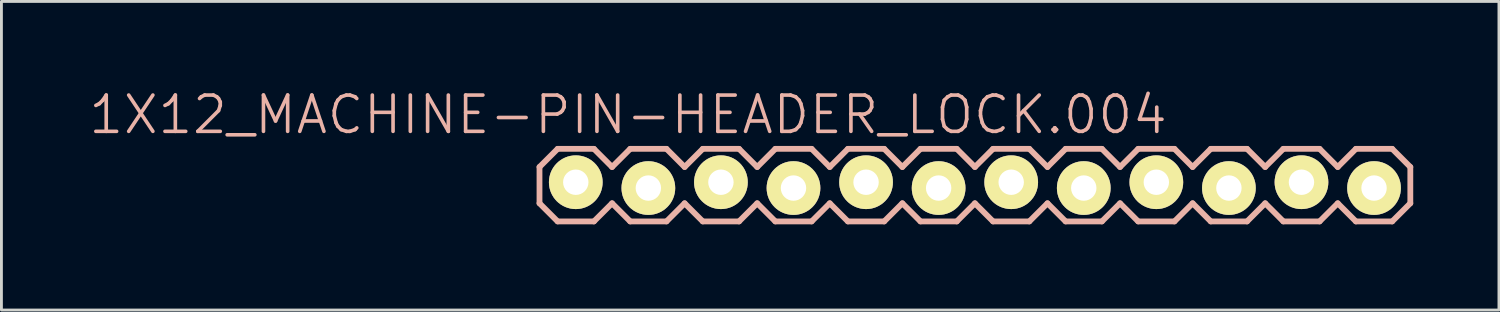
<source format=kicad_pcb>
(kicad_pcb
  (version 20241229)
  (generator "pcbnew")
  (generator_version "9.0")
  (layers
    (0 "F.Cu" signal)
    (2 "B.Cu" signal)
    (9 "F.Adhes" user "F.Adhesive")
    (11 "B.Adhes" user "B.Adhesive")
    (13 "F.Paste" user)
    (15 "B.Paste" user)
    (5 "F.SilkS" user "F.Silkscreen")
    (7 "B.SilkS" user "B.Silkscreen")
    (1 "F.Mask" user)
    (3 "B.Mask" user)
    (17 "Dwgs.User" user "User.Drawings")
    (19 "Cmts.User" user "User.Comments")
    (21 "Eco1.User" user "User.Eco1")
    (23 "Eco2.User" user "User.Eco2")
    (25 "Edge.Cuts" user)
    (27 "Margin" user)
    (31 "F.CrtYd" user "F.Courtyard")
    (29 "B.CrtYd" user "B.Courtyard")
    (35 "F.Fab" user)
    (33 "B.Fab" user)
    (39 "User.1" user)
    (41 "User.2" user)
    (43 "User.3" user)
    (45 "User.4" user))
  (footprint "1X12_MACHINE-PIN-HEADER_LOCK.004"
    (layer "F.Cu")
    (at 17.103 3.43)
    (property "Reference" "1X12_MACHINE-PIN-HEADER_LOCK.004" (at 1.829 -2.464 0) (layer "B.SilkS") (effects (font (size 1.27 1.27) (thickness 0.127))))
    (attr exclude_from_pos_files exclude_from_bom)
    (fp_circle (center 0 0) (end -0.165 0.165) (stroke (width 0.013) (type solid)) (fill no) (layer "F.SilkS"))
    (fp_circle (center 2.54 0) (end 2.705 0.165) (stroke (width 0.013) (type solid)) (fill no) (layer "F.SilkS"))
    (fp_circle (center 5.08 0) (end 5.245 0.165) (stroke (width 0.013) (type solid)) (fill no) (layer "F.SilkS"))
    (fp_circle (center 7.62 0) (end 7.785 0.165) (stroke (width 0.013) (type solid)) (fill no) (layer "F.SilkS"))
    (fp_circle (center 10.16 0) (end 10.325 0.165) (stroke (width 0.013) (type solid)) (fill no) (layer "F.SilkS"))
    (fp_circle (center 12.7 0) (end 12.865 0.165) (stroke (width 0.013) (type solid)) (fill no) (layer "F.SilkS"))
    (fp_circle (center 15.24 0) (end 15.405 0.165) (stroke (width 0.013) (type solid)) (fill no) (layer "F.SilkS"))
    (fp_circle (center 17.78 0) (end 17.945 0.165) (stroke (width 0.013) (type solid)) (fill no) (layer "F.SilkS"))
    (fp_circle (center 20.32 0) (end 20.485 0.165) (stroke (width 0.013) (type solid)) (fill no) (layer "F.SilkS"))
    (fp_circle (center 22.86 0) (end 23.025 0.165) (stroke (width 0.013) (type solid)) (fill no) (layer "F.SilkS"))
    (fp_circle (center 25.4 0) (end 25.565 0.165) (stroke (width 0.013) (type solid)) (fill no) (layer "F.SilkS"))
    (fp_circle (center 27.94 0) (end 28.105 0.165) (stroke (width 0.013) (type solid)) (fill no) (layer "F.SilkS"))
    (fp_line (start -1.27 -0.635) (end -1.27 0.635) (stroke (width 0.203) (type solid)) (layer "B.SilkS"))
    (fp_line (start -1.27 0.635) (end -0.635 1.27) (stroke (width 0.203) (type solid)) (layer "B.SilkS"))
    (fp_line (start -0.635 -1.27) (end -1.27 -0.635) (stroke (width 0.203) (type solid)) (layer "B.SilkS"))
    (fp_line (start -0.635 -1.27) (end 0.635 -1.27) (stroke (width 0.203) (type solid)) (layer "B.SilkS"))
    (fp_line (start 0.635 -1.27) (end 1.27 -0.635) (stroke (width 0.203) (type solid)) (layer "B.SilkS"))
    (fp_line (start 0.635 1.27) (end -0.635 1.27) (stroke (width 0.203) (type solid)) (layer "B.SilkS"))
    (fp_line (start 1.27 -0.635) (end 1.905 -1.27) (stroke (width 0.203) (type solid)) (layer "B.SilkS"))
    (fp_line (start 1.27 0.635) (end 0.635 1.27) (stroke (width 0.203) (type solid)) (layer "B.SilkS"))
    (fp_line (start 1.905 -1.27) (end 3.175 -1.27) (stroke (width 0.203) (type solid)) (layer "B.SilkS"))
    (fp_line (start 1.905 1.27) (end 1.27 0.635) (stroke (width 0.203) (type solid)) (layer "B.SilkS"))
    (fp_line (start 3.175 -1.27) (end 3.81 -0.635) (stroke (width 0.203) (type solid)) (layer "B.SilkS"))
    (fp_line (start 3.175 1.27) (end 1.905 1.27) (stroke (width 0.203) (type solid)) (layer "B.SilkS"))
    (fp_line (start 3.81 -0.635) (end 4.445 -1.27) (stroke (width 0.203) (type solid)) (layer "B.SilkS"))
    (fp_line (start 3.81 0.635) (end 3.175 1.27) (stroke (width 0.203) (type solid)) (layer "B.SilkS"))
    (fp_line (start 4.445 -1.27) (end 5.715 -1.27) (stroke (width 0.203) (type solid)) (layer "B.SilkS"))
    (fp_line (start 4.445 1.27) (end 3.81 0.635) (stroke (width 0.203) (type solid)) (layer "B.SilkS"))
    (fp_line (start 5.715 -1.27) (end 6.35 -0.635) (stroke (width 0.203) (type solid)) (layer "B.SilkS"))
    (fp_line (start 5.715 1.27) (end 4.445 1.27) (stroke (width 0.203) (type solid)) (layer "B.SilkS"))
    (fp_line (start 6.35 0.635) (end 5.715 1.27) (stroke (width 0.203) (type solid)) (layer "B.SilkS"))
    (fp_line (start 6.35 0.635) (end 6.985 1.27) (stroke (width 0.203) (type solid)) (layer "B.SilkS"))
    (fp_line (start 6.985 -1.27) (end 6.35 -0.635) (stroke (width 0.203) (type solid)) (layer "B.SilkS"))
    (fp_line (start 6.985 -1.27) (end 8.255 -1.27) (stroke (width 0.203) (type solid)) (layer "B.SilkS"))
    (fp_line (start 8.255 -1.27) (end 8.89 -0.635) (stroke (width 0.203) (type solid)) (layer "B.SilkS"))
    (fp_line (start 8.255 1.27) (end 6.985 1.27) (stroke (width 0.203) (type solid)) (layer "B.SilkS"))
    (fp_line (start 8.89 -0.635) (end 9.525 -1.27) (stroke (width 0.203) (type solid)) (layer "B.SilkS"))
    (fp_line (start 8.89 0.635) (end 8.255 1.27) (stroke (width 0.203) (type solid)) (layer "B.SilkS"))
    (fp_line (start 9.525 -1.27) (end 10.795 -1.27) (stroke (width 0.203) (type solid)) (layer "B.SilkS"))
    (fp_line (start 9.525 1.27) (end 8.89 0.635) (stroke (width 0.203) (type solid)) (layer "B.SilkS"))
    (fp_line (start 10.795 -1.27) (end 11.43 -0.635) (stroke (width 0.203) (type solid)) (layer "B.SilkS"))
    (fp_line (start 10.795 1.27) (end 9.525 1.27) (stroke (width 0.203) (type solid)) (layer "B.SilkS"))
    (fp_line (start 11.43 -0.635) (end 12.065 -1.27) (stroke (width 0.203) (type solid)) (layer "B.SilkS"))
    (fp_line (start 11.43 0.635) (end 10.795 1.27) (stroke (width 0.203) (type solid)) (layer "B.SilkS"))
    (fp_line (start 12.065 -1.27) (end 13.335 -1.27) (stroke (width 0.203) (type solid)) (layer "B.SilkS"))
    (fp_line (start 12.065 1.27) (end 11.43 0.635) (stroke (width 0.203) (type solid)) (layer "B.SilkS"))
    (fp_line (start 13.335 -1.27) (end 13.97 -0.635) (stroke (width 0.203) (type solid)) (layer "B.SilkS"))
    (fp_line (start 13.335 1.27) (end 12.065 1.27) (stroke (width 0.203) (type solid)) (layer "B.SilkS"))
    (fp_line (start 13.97 0.635) (end 13.335 1.27) (stroke (width 0.203) (type solid)) (layer "B.SilkS"))
    (fp_line (start 13.97 0.635) (end 14.605 1.27) (stroke (width 0.203) (type solid)) (layer "B.SilkS"))
    (fp_line (start 14.605 -1.27) (end 13.97 -0.635) (stroke (width 0.203) (type solid)) (layer "B.SilkS"))
    (fp_line (start 14.605 -1.27) (end 15.875 -1.27) (stroke (width 0.203) (type solid)) (layer "B.SilkS"))
    (fp_line (start 15.875 -1.27) (end 16.51 -0.635) (stroke (width 0.203) (type solid)) (layer "B.SilkS"))
    (fp_line (start 15.875 1.27) (end 14.605 1.27) (stroke (width 0.203) (type solid)) (layer "B.SilkS"))
    (fp_line (start 16.51 -0.635) (end 17.145 -1.27) (stroke (width 0.203) (type solid)) (layer "B.SilkS"))
    (fp_line (start 16.51 0.635) (end 15.875 1.27) (stroke (width 0.203) (type solid)) (layer "B.SilkS"))
    (fp_line (start 17.145 -1.27) (end 18.415 -1.27) (stroke (width 0.203) (type solid)) (layer "B.SilkS"))
    (fp_line (start 17.145 1.27) (end 16.51 0.635) (stroke (width 0.203) (type solid)) (layer "B.SilkS"))
    (fp_line (start 18.415 -1.27) (end 19.05 -0.635) (stroke (width 0.203) (type solid)) (layer "B.SilkS"))
    (fp_line (start 18.415 1.27) (end 17.145 1.27) (stroke (width 0.203) (type solid)) (layer "B.SilkS"))
    (fp_line (start 19.05 -0.635) (end 19.685 -1.27) (stroke (width 0.203) (type solid)) (layer "B.SilkS"))
    (fp_line (start 19.05 0.635) (end 18.415 1.27) (stroke (width 0.203) (type solid)) (layer "B.SilkS"))
    (fp_line (start 19.685 -1.27) (end 20.955 -1.27) (stroke (width 0.203) (type solid)) (layer "B.SilkS"))
    (fp_line (start 19.685 1.27) (end 19.05 0.635) (stroke (width 0.203) (type solid)) (layer "B.SilkS"))
    (fp_line (start 20.955 -1.27) (end 21.59 -0.635) (stroke (width 0.203) (type solid)) (layer "B.SilkS"))
    (fp_line (start 20.955 1.27) (end 19.685 1.27) (stroke (width 0.203) (type solid)) (layer "B.SilkS"))
    (fp_line (start 21.59 0.635) (end 20.955 1.27) (stroke (width 0.203) (type solid)) (layer "B.SilkS"))
    (fp_line (start 21.59 0.635) (end 22.225 1.27) (stroke (width 0.203) (type solid)) (layer "B.SilkS"))
    (fp_line (start 22.225 -1.27) (end 21.59 -0.635) (stroke (width 0.203) (type solid)) (layer "B.SilkS"))
    (fp_line (start 22.225 -1.27) (end 23.495 -1.27) (stroke (width 0.203) (type solid)) (layer "B.SilkS"))
    (fp_line (start 23.495 -1.27) (end 24.13 -0.635) (stroke (width 0.203) (type solid)) (layer "B.SilkS"))
    (fp_line (start 23.495 1.27) (end 22.225 1.27) (stroke (width 0.203) (type solid)) (layer "B.SilkS"))
    (fp_line (start 24.13 -0.635) (end 24.765 -1.27) (stroke (width 0.203) (type solid)) (layer "B.SilkS"))
    (fp_line (start 24.13 0.635) (end 23.495 1.27) (stroke (width 0.203) (type solid)) (layer "B.SilkS"))
    (fp_line (start 24.765 -1.27) (end 26.035 -1.27) (stroke (width 0.203) (type solid)) (layer "B.SilkS"))
    (fp_line (start 24.765 1.27) (end 24.13 0.635) (stroke (width 0.203) (type solid)) (layer "B.SilkS"))
    (fp_line (start 26.035 -1.27) (end 26.67 -0.635) (stroke (width 0.203) (type solid)) (layer "B.SilkS"))
    (fp_line (start 26.035 1.27) (end 24.765 1.27) (stroke (width 0.203) (type solid)) (layer "B.SilkS"))
    (fp_line (start 26.67 -0.635) (end 27.305 -1.27) (stroke (width 0.203) (type solid)) (layer "B.SilkS"))
    (fp_line (start 26.67 0.635) (end 26.035 1.27) (stroke (width 0.203) (type solid)) (layer "B.SilkS"))
    (fp_line (start 27.305 -1.27) (end 28.575 -1.27) (stroke (width 0.203) (type solid)) (layer "B.SilkS"))
    (fp_line (start 27.305 1.27) (end 26.67 0.635) (stroke (width 0.203) (type solid)) (layer "B.SilkS"))
    (fp_line (start 28.575 -1.27) (end 29.21 -0.635) (stroke (width 0.203) (type solid)) (layer "B.SilkS"))
    (fp_line (start 28.575 1.27) (end 27.305 1.27) (stroke (width 0.203) (type solid)) (layer "B.SilkS"))
    (fp_line (start 29.21 -0.635) (end 29.21 0.635) (stroke (width 0.203) (type solid)) (layer "B.SilkS"))
    (fp_line (start 29.21 0.635) (end 28.575 1.27) (stroke (width 0.203) (type solid)) (layer "B.SilkS"))
    (pad "1" thru_hole circle (at 0 -0.102) (size 1.88 1.88) (drill 0.889) (layers "*.Cu" "F.Mask" "F.SilkS" "F.Paste"))
    (pad "2" thru_hole circle (at 2.54 0.102) (size 1.88 1.88) (drill 0.889) (layers "*.Cu" "F.Mask" "F.SilkS" "F.Paste"))
    (pad "3" thru_hole circle (at 5.08 -0.102) (size 1.88 1.88) (drill 0.889) (layers "*.Cu" "F.Mask" "F.SilkS" "F.Paste"))
    (pad "4" thru_hole circle (at 7.62 0.102) (size 1.88 1.88) (drill 0.889) (layers "*.Cu" "F.Mask" "F.SilkS" "F.Paste"))
    (pad "5" thru_hole circle (at 10.16 -0.102) (size 1.88 1.88) (drill 0.889) (layers "*.Cu" "F.Mask" "F.SilkS" "F.Paste"))
    (pad "6" thru_hole circle (at 12.7 0.102) (size 1.88 1.88) (drill 0.889) (layers "*.Cu" "F.Mask" "F.SilkS" "F.Paste"))
    (pad "7" thru_hole circle (at 15.24 -0.102) (size 1.88 1.88) (drill 0.889) (layers "*.Cu" "F.Mask" "F.SilkS" "F.Paste"))
    (pad "8" thru_hole circle (at 17.78 0.102) (size 1.88 1.88) (drill 0.889) (layers "*.Cu" "F.Mask" "F.SilkS" "F.Paste"))
    (pad "9" thru_hole circle (at 20.32 -0.102) (size 1.88 1.88) (drill 0.889) (layers "*.Cu" "F.Mask" "F.SilkS" "F.Paste"))
    (pad "10" thru_hole circle (at 22.86 0.102) (size 1.88 1.88) (drill 0.889) (layers "*.Cu" "F.Mask" "F.SilkS" "F.Paste"))
    (pad "11" thru_hole circle (at 25.4 -0.102) (size 1.88 1.88) (drill 0.889) (layers "*.Cu" "F.Mask" "F.SilkS" "F.Paste"))
    (pad "12" thru_hole circle (at 27.94 0.102) (size 1.88 1.88) (drill 0.889) (layers "*.Cu" "F.Mask" "F.SilkS" "F.Paste")))
  (gr_rect
    (start -3 -3)
    (end 49.415 7.801)
    (stroke (width 0.1) (type default))
    (fill no)
    (layer "Edge.Cuts")))
</source>
